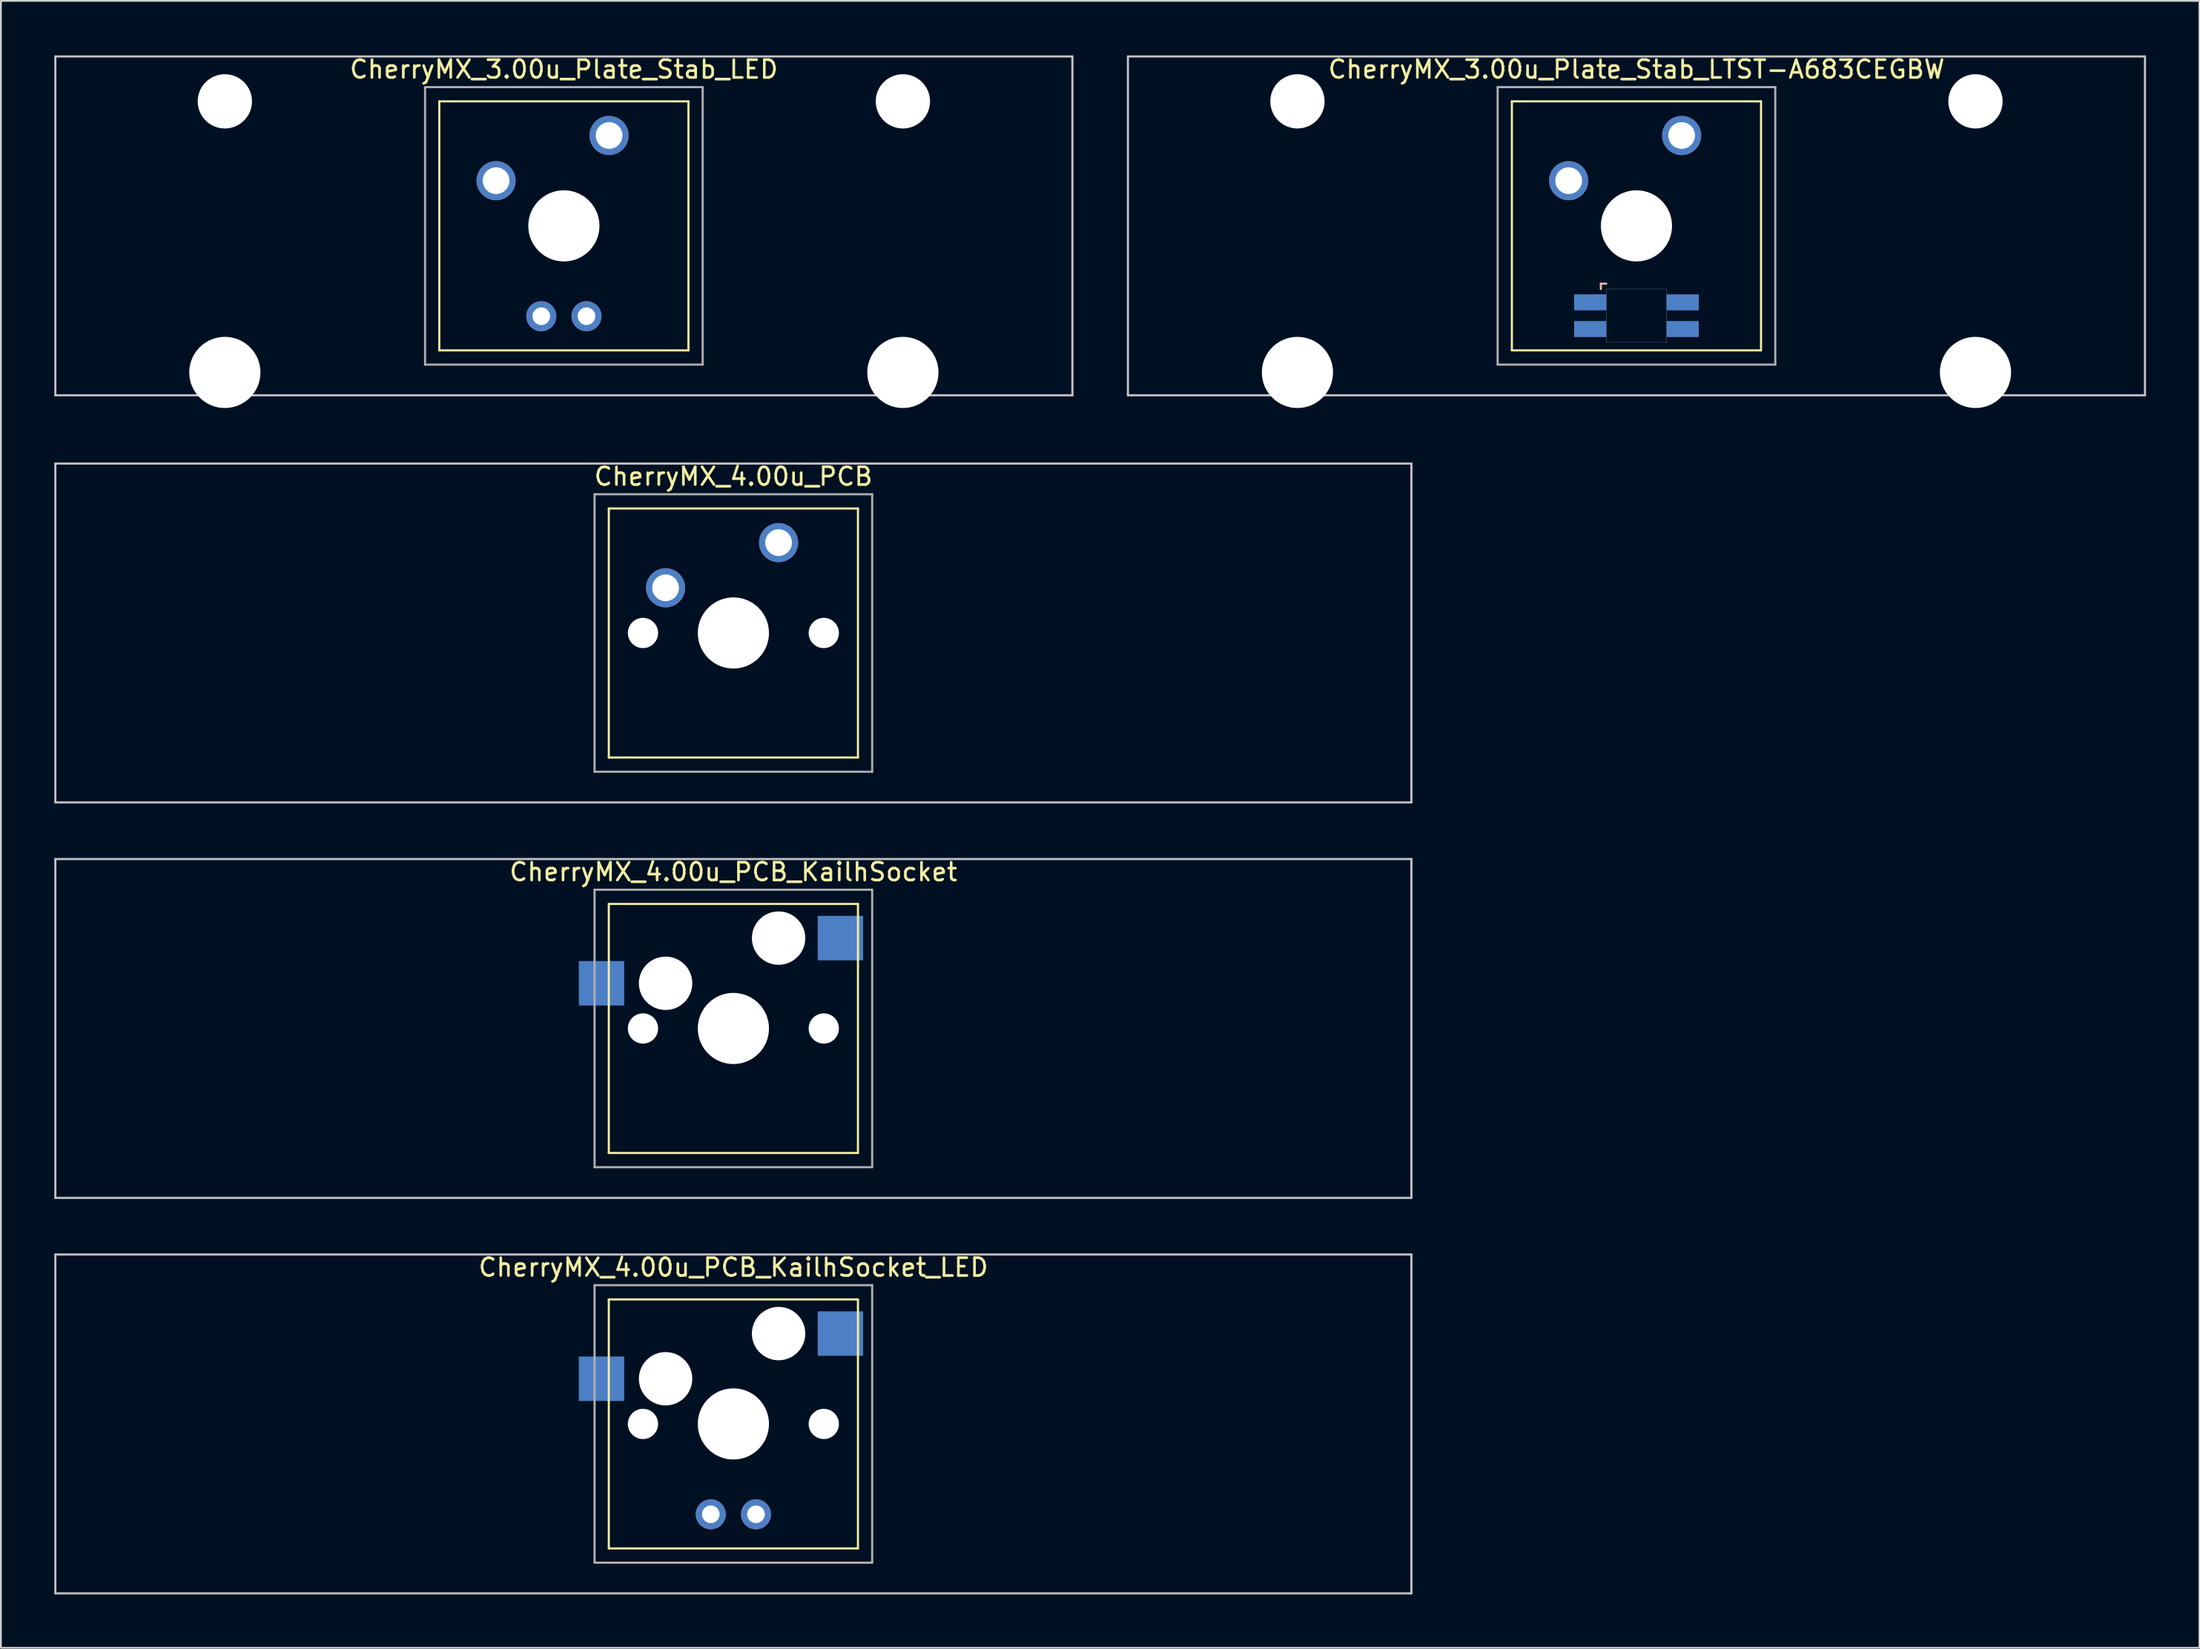
<source format=kicad_pcb>
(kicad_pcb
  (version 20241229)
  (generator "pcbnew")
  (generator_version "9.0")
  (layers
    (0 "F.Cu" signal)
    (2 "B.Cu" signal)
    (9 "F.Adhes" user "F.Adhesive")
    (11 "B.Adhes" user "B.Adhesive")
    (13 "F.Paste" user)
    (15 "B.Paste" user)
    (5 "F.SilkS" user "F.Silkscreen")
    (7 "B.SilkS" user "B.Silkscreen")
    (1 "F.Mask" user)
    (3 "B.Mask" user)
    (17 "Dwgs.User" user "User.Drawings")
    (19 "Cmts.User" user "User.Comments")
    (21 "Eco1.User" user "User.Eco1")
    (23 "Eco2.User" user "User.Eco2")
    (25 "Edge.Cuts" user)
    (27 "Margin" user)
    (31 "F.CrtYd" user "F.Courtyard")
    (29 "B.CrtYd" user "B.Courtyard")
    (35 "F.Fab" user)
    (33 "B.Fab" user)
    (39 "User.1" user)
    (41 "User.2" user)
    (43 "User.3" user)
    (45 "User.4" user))
  (footprint "CherryMX_3.00u_Plate_Stab_LED"
    (layer "F.Cu")
    (at 28.635 9.648)
    (property "Reference" "CherryMX_3.00u_Plate_Stab_LED" (at 0 -8.8 0) (layer "F.SilkS") (effects (font (size 1 1) (thickness 0.15))))
    (attr through_hole)
    (fp_line (start -7 -7) (end -7 7) (stroke (width 0.12) (type solid)) (layer "F.SilkS"))
    (fp_line (start -7 -7) (end 7 -7) (stroke (width 0.12) (type solid)) (layer "F.SilkS"))
    (fp_line (start 7 -7) (end 7 7) (stroke (width 0.12) (type solid)) (layer "F.SilkS"))
    (fp_line (start 7 7) (end -7 7) (stroke (width 0.12) (type solid)) (layer "F.SilkS"))
    (fp_line (start -28.575 -9.525) (end 28.575 -9.525) (stroke (width 0.12) (type solid)) (layer "Dwgs.User"))
    (fp_line (start -28.575 9.525) (end -28.575 -9.525) (stroke (width 0.12) (type solid)) (layer "Dwgs.User"))
    (fp_line (start 28.575 -9.525) (end 28.575 9.525) (stroke (width 0.12) (type solid)) (layer "Dwgs.User"))
    (fp_line (start 28.575 9.525) (end -28.575 9.525) (stroke (width 0.12) (type solid)) (layer "Dwgs.User"))
    (fp_line (start -7.8 -7.8) (end -7.8 7.8) (stroke (width 0.12) (type solid)) (layer "F.Fab"))
    (fp_line (start -7.8 -7.8) (end 7.8 -7.8) (stroke (width 0.12) (type solid)) (layer "F.Fab"))
    (fp_line (start -7.8 7.8) (end 7.8 7.8) (stroke (width 0.12) (type solid)) (layer "F.Fab"))
    (fp_line (start 7.8 -7.8) (end 7.8 7.8) (stroke (width 0.12) (type solid)) (layer "F.Fab"))
    (pad "" np_thru_hole circle (at -19.05 -7) (size 3.05 3.05) (drill 3.05) (layers "*.Cu" "*.Mask"))
    (pad "" np_thru_hole circle (at -19.05 8.24) (size 4 4) (drill 4) (layers "*.Cu" "*.Mask"))
    (pad "" np_thru_hole circle (at 0 0) (size 4 4) (drill 4) (layers "*.Cu" "*.Mask"))
    (pad "" np_thru_hole circle (at 19.05 -7) (size 3.05 3.05) (drill 3.05) (layers "*.Cu" "*.Mask"))
    (pad "" np_thru_hole circle (at 19.05 8.24) (size 4 4) (drill 4) (layers "*.Cu" "*.Mask"))
    (pad "1" thru_hole circle (at -3.81 -2.54) (size 2.2 2.2) (drill 1.5) (layers "*.Cu" "*.Mask"))
    (pad "2" thru_hole circle (at 2.54 -5.08) (size 2.2 2.2) (drill 1.5) (layers "*.Cu" "*.Mask"))
    (pad "3" thru_hole circle (at -1.27 5.08) (size 1.691 1.691) (drill 0.991) (layers "*.Cu" "*.Mask"))
    (pad "4" thru_hole circle (at 1.27 5.08) (size 1.691 1.691) (drill 0.991) (layers "*.Cu" "*.Mask")))
  (footprint "CherryMX_4.00u_PCB_KailhSocket"
    (layer "F.Cu")
    (at 38.16 54.77)
    (property "Reference" "CherryMX_4.00u_PCB_KailhSocket" (at 0 -8.8 0) (layer "F.SilkS") (effects (font (size 1 1) (thickness 0.15))))
    (attr through_hole)
    (fp_line (start -7 -7) (end -7 7) (stroke (width 0.12) (type solid)) (layer "F.SilkS"))
    (fp_line (start -7 -7) (end 7 -7) (stroke (width 0.12) (type solid)) (layer "F.SilkS"))
    (fp_line (start 7 -7) (end 7 7) (stroke (width 0.12) (type solid)) (layer "F.SilkS"))
    (fp_line (start 7 7) (end -7 7) (stroke (width 0.12) (type solid)) (layer "F.SilkS"))
    (fp_line (start -38.1 -9.525) (end 38.1 -9.525) (stroke (width 0.12) (type solid)) (layer "Dwgs.User"))
    (fp_line (start -38.1 9.525) (end -38.1 -9.525) (stroke (width 0.12) (type solid)) (layer "Dwgs.User"))
    (fp_line (start 38.1 -9.525) (end 38.1 9.525) (stroke (width 0.12) (type solid)) (layer "Dwgs.User"))
    (fp_line (start 38.1 9.525) (end -38.1 9.525) (stroke (width 0.12) (type solid)) (layer "Dwgs.User"))
    (fp_line (start -7.8 -7.8) (end -7.8 7.8) (stroke (width 0.12) (type solid)) (layer "F.Fab"))
    (fp_line (start -7.8 -7.8) (end 7.8 -7.8) (stroke (width 0.12) (type solid)) (layer "F.Fab"))
    (fp_line (start -7.8 7.8) (end 7.8 7.8) (stroke (width 0.12) (type solid)) (layer "F.Fab"))
    (fp_line (start 7.8 -7.8) (end 7.8 7.8) (stroke (width 0.12) (type solid)) (layer "F.Fab"))
    (pad "" np_thru_hole circle (at -5.08 0) (size 1.7 1.7) (drill 1.7) (layers "*.Cu" "*.Mask"))
    (pad "" np_thru_hole circle (at -3.81 -2.54) (size 3 3) (drill 3) (layers "*.Cu" "*.Mask"))
    (pad "" np_thru_hole circle (at 0 0) (size 4 4) (drill 4) (layers "*.Cu" "*.Mask"))
    (pad "" np_thru_hole circle (at 2.54 -5.08) (size 3 3) (drill 3) (layers "*.Cu" "*.Mask"))
    (pad "" np_thru_hole circle (at 5.08 0) (size 1.7 1.7) (drill 1.7) (layers "*.Cu" "*.Mask"))
    (pad "1" smd rect (at -7.41 -2.54) (size 2.55 2.5) (layers "B.Cu" "B.Mask" "B.Paste"))
    (pad "2" smd rect (at 6.015 -5.08) (size 2.55 2.5) (layers "B.Cu" "B.Mask" "B.Paste")))
  (footprint "CherryMX_4.00u_PCB"
    (layer "F.Cu")
    (at 38.16 32.536)
    (property "Reference" "CherryMX_4.00u_PCB" (at 0 -8.8 0) (layer "F.SilkS") (effects (font (size 1 1) (thickness 0.15))))
    (attr through_hole)
    (fp_line (start -7 -7) (end -7 7) (stroke (width 0.12) (type solid)) (layer "F.SilkS"))
    (fp_line (start -7 -7) (end 7 -7) (stroke (width 0.12) (type solid)) (layer "F.SilkS"))
    (fp_line (start 7 -7) (end 7 7) (stroke (width 0.12) (type solid)) (layer "F.SilkS"))
    (fp_line (start 7 7) (end -7 7) (stroke (width 0.12) (type solid)) (layer "F.SilkS"))
    (fp_line (start -38.1 -9.525) (end 38.1 -9.525) (stroke (width 0.12) (type solid)) (layer "Dwgs.User"))
    (fp_line (start -38.1 9.525) (end -38.1 -9.525) (stroke (width 0.12) (type solid)) (layer "Dwgs.User"))
    (fp_line (start 38.1 -9.525) (end 38.1 9.525) (stroke (width 0.12) (type solid)) (layer "Dwgs.User"))
    (fp_line (start 38.1 9.525) (end -38.1 9.525) (stroke (width 0.12) (type solid)) (layer "Dwgs.User"))
    (fp_line (start -7.8 -7.8) (end -7.8 7.8) (stroke (width 0.12) (type solid)) (layer "F.Fab"))
    (fp_line (start -7.8 -7.8) (end 7.8 -7.8) (stroke (width 0.12) (type solid)) (layer "F.Fab"))
    (fp_line (start -7.8 7.8) (end 7.8 7.8) (stroke (width 0.12) (type solid)) (layer "F.Fab"))
    (fp_line (start 7.8 -7.8) (end 7.8 7.8) (stroke (width 0.12) (type solid)) (layer "F.Fab"))
    (pad "" np_thru_hole circle (at -5.08 0) (size 1.7 1.7) (drill 1.7) (layers "*.Cu" "*.Mask"))
    (pad "" np_thru_hole circle (at 0 0) (size 4 4) (drill 4) (layers "*.Cu" "*.Mask"))
    (pad "" np_thru_hole circle (at 5.08 0) (size 1.7 1.7) (drill 1.7) (layers "*.Cu" "*.Mask"))
    (pad "1" thru_hole circle (at -3.81 -2.54) (size 2.2 2.2) (drill 1.5) (layers "*.Cu" "*.Mask"))
    (pad "2" thru_hole circle (at 2.54 -5.08) (size 2.2 2.2) (drill 1.5) (layers "*.Cu" "*.Mask")))
  (footprint "CherryMX_4.00u_PCB_KailhSocket_LED"
    (layer "F.Cu")
    (at 38.16 77.003)
    (property "Reference" "CherryMX_4.00u_PCB_KailhSocket_LED" (at 0 -8.8 0) (layer "F.SilkS") (effects (font (size 1 1) (thickness 0.15))))
    (attr through_hole)
    (fp_line (start -7 -7) (end -7 7) (stroke (width 0.12) (type solid)) (layer "F.SilkS"))
    (fp_line (start -7 -7) (end 7 -7) (stroke (width 0.12) (type solid)) (layer "F.SilkS"))
    (fp_line (start 7 -7) (end 7 7) (stroke (width 0.12) (type solid)) (layer "F.SilkS"))
    (fp_line (start 7 7) (end -7 7) (stroke (width 0.12) (type solid)) (layer "F.SilkS"))
    (fp_line (start -38.1 -9.525) (end 38.1 -9.525) (stroke (width 0.12) (type solid)) (layer "Dwgs.User"))
    (fp_line (start -38.1 9.525) (end -38.1 -9.525) (stroke (width 0.12) (type solid)) (layer "Dwgs.User"))
    (fp_line (start 38.1 -9.525) (end 38.1 9.525) (stroke (width 0.12) (type solid)) (layer "Dwgs.User"))
    (fp_line (start 38.1 9.525) (end -38.1 9.525) (stroke (width 0.12) (type solid)) (layer "Dwgs.User"))
    (fp_line (start -7.8 -7.8) (end -7.8 7.8) (stroke (width 0.12) (type solid)) (layer "F.Fab"))
    (fp_line (start -7.8 -7.8) (end 7.8 -7.8) (stroke (width 0.12) (type solid)) (layer "F.Fab"))
    (fp_line (start -7.8 7.8) (end 7.8 7.8) (stroke (width 0.12) (type solid)) (layer "F.Fab"))
    (fp_line (start 7.8 -7.8) (end 7.8 7.8) (stroke (width 0.12) (type solid)) (layer "F.Fab"))
    (pad "" np_thru_hole circle (at -5.08 0) (size 1.7 1.7) (drill 1.7) (layers "*.Cu" "*.Mask"))
    (pad "" np_thru_hole circle (at -3.81 -2.54) (size 3 3) (drill 3) (layers "*.Cu" "*.Mask"))
    (pad "" np_thru_hole circle (at 0 0) (size 4 4) (drill 4) (layers "*.Cu" "*.Mask"))
    (pad "" np_thru_hole circle (at 2.54 -5.08) (size 3 3) (drill 3) (layers "*.Cu" "*.Mask"))
    (pad "" np_thru_hole circle (at 5.08 0) (size 1.7 1.7) (drill 1.7) (layers "*.Cu" "*.Mask"))
    (pad "1" smd rect (at -7.41 -2.54) (size 2.55 2.5) (layers "B.Cu" "B.Mask" "B.Paste"))
    (pad "2" smd rect (at 6.015 -5.08) (size 2.55 2.5) (layers "B.Cu" "B.Mask" "B.Paste"))
    (pad "3" thru_hole circle (at -1.27 5.08) (size 1.691 1.691) (drill 0.991) (layers "*.Cu" "*.Mask"))
    (pad "4" thru_hole circle (at 1.27 5.08) (size 1.691 1.691) (drill 0.991) (layers "*.Cu" "*.Mask")))
  (footprint "CherryMX_3.00u_Plate_Stab_LTST-A683CEGBW"
    (layer "F.Cu")
    (at 88.905 9.648)
    (property "Reference" "CherryMX_3.00u_Plate_Stab_LTST-A683CEGBW" (at 0 -8.8 0) (layer "F.SilkS") (effects (font (size 1 1) (thickness 0.15))))
    (attr through_hole)
    (fp_line (start -7 -7) (end -7 7) (stroke (width 0.12) (type solid)) (layer "F.SilkS"))
    (fp_line (start -7 -7) (end 7 -7) (stroke (width 0.12) (type solid)) (layer "F.SilkS"))
    (fp_line (start 7 -7) (end 7 7) (stroke (width 0.12) (type solid)) (layer "F.SilkS"))
    (fp_line (start 7 7) (end -7 7) (stroke (width 0.12) (type solid)) (layer "F.SilkS"))
    (fp_line (start -2 3.25) (end -2 3.55) (stroke (width 0.12) (type solid)) (layer "B.SilkS"))
    (fp_line (start -1.7 3.25) (end -2 3.25) (stroke (width 0.12) (type solid)) (layer "B.SilkS"))
    (fp_line (start -28.575 -9.525) (end 28.575 -9.525) (stroke (width 0.12) (type solid)) (layer "Dwgs.User"))
    (fp_line (start -28.575 9.525) (end -28.575 -9.525) (stroke (width 0.12) (type solid)) (layer "Dwgs.User"))
    (fp_line (start 28.575 -9.525) (end 28.575 9.525) (stroke (width 0.12) (type solid)) (layer "Dwgs.User"))
    (fp_line (start 28.575 9.525) (end -28.575 9.525) (stroke (width 0.12) (type solid)) (layer "Dwgs.User"))
    (fp_poly (pts (xy 1.7 6.55) (xy -1.7 6.55) (xy -1.7 3.55) (xy 1.7 3.55)) (stroke (width 0.01) (type solid)) (fill no) (layer "Edge.Cuts"))
    (fp_line (start -7.8 -7.8) (end -7.8 7.8) (stroke (width 0.12) (type solid)) (layer "F.Fab"))
    (fp_line (start -7.8 -7.8) (end 7.8 -7.8) (stroke (width 0.12) (type solid)) (layer "F.Fab"))
    (fp_line (start -7.8 7.8) (end 7.8 7.8) (stroke (width 0.12) (type solid)) (layer "F.Fab"))
    (fp_line (start 7.8 -7.8) (end 7.8 7.8) (stroke (width 0.12) (type solid)) (layer "F.Fab"))
    (pad "" np_thru_hole circle (at -19.05 -7) (size 3.05 3.05) (drill 3.05) (layers "*.Cu" "*.Mask"))
    (pad "" np_thru_hole circle (at -19.05 8.24) (size 4 4) (drill 4) (layers "*.Cu" "*.Mask"))
    (pad "" np_thru_hole circle (at 0 0) (size 4 4) (drill 4) (layers "*.Cu" "*.Mask"))
    (pad "" np_thru_hole circle (at 19.05 -7) (size 3.05 3.05) (drill 3.05) (layers "*.Cu" "*.Mask"))
    (pad "" np_thru_hole circle (at 19.05 8.24) (size 4 4) (drill 4) (layers "*.Cu" "*.Mask"))
    (pad "1" thru_hole circle (at -3.81 -2.54) (size 2.2 2.2) (drill 1.5) (layers "*.Cu" "*.Mask"))
    (pad "2" thru_hole circle (at 2.54 -5.08) (size 2.2 2.2) (drill 1.5) (layers "*.Cu" "*.Mask"))
    (pad "3" smd rect (at -2.6 4.3) (size 1.8 0.9) (layers "B.Cu" "B.Mask" "B.Paste"))
    (pad "4" smd rect (at -2.6 5.8) (size 1.8 0.9) (layers "B.Cu" "B.Mask" "B.Paste"))
    (pad "5" smd rect (at 2.6 4.3) (size 1.8 0.9) (layers "B.Cu" "B.Mask" "B.Paste"))
    (pad "6" smd rect (at 2.6 5.8) (size 1.8 0.9) (layers "B.Cu" "B.Mask" "B.Paste")))
  (gr_rect
    (start -3 -3)
    (end 120.54 89.588)
    (stroke (width 0.1) (type default))
    (fill no)
    (layer "Edge.Cuts")))
</source>
